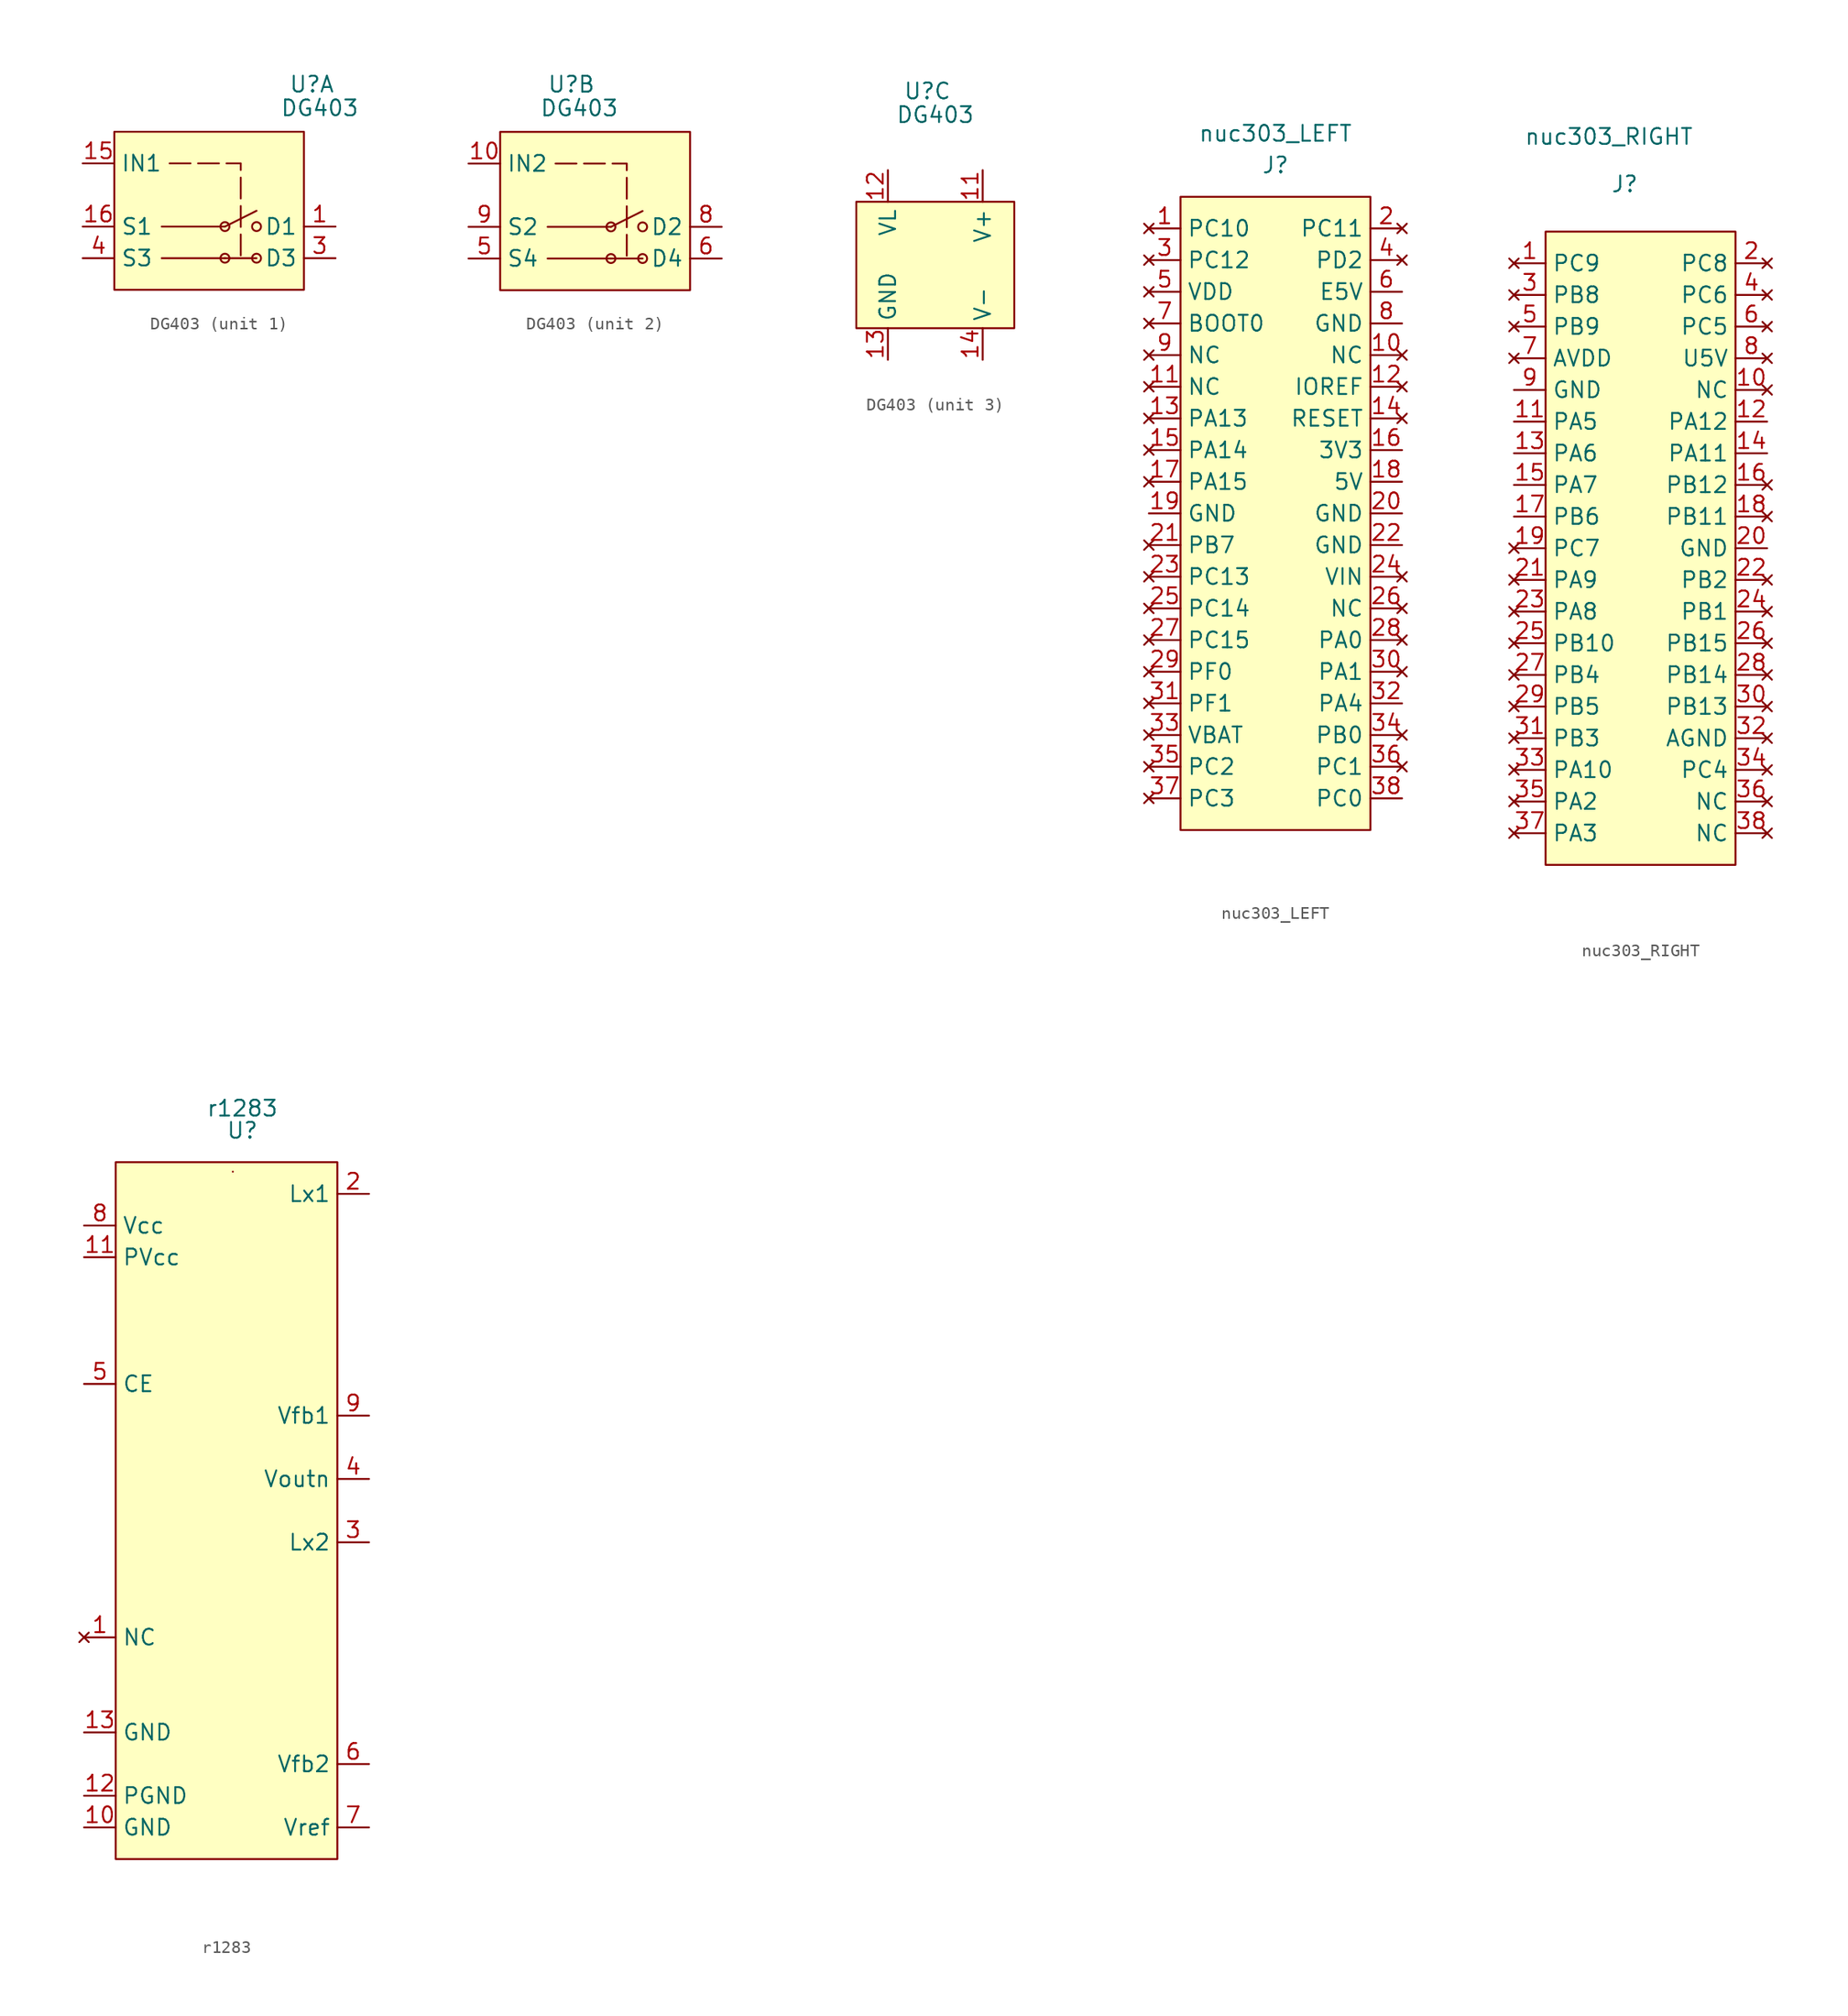
<source format=kicad_sym>
(kicad_symbol_lib
  (version 20220914)
  (generator kicad_symbol_editor)
  (symbol "DG403"
    (property "Reference" "U"
      (at -1.905 1.27 0)
      (effects (font (size 1.27 1.27))))
    (property "Value" "DG403"
      (at -1.27 -0.635 0)
      (effects (font (size 1.27 1.27))))
    (property "ki_locked" ""
      (at 0 0 0)
      (effects (font (size 1.27 1.27))))
    (symbol "DG403_1_1"
      (rectangle (start -17.78 -2.54) (end -2.54 -15.24) (stroke (width 0) (type default)) (fill (type background)))
      (circle (center -8.89 -12.7) (radius 0.359) (stroke (width 0) (type default)) (fill (type none)))
      (circle (center -8.89 -10.16) (radius 0.359) (stroke (width 0) (type default)) (fill (type none)))
      (circle (center -6.35 -12.7) (radius 0.359) (stroke (width 0) (type default)) (fill (type none)))
      (circle (center -6.35 -10.16) (radius 0.359) (stroke (width 0) (type default)) (fill (type none)))
      (polyline (pts (xy -13.97 -12.7) (xy -8.89 -12.7)) (stroke (width 0) (type default)) (fill (type none)))
      (polyline (pts (xy -13.97 -10.16) (xy -8.89 -10.16)) (stroke (width 0) (type default)) (fill (type none)))
      (polyline (pts (xy -8.89 -12.7) (xy -6.35 -12.7)) (stroke (width 0) (type default)) (fill (type none)))
      (polyline (pts (xy -8.89 -10.16) (xy -6.35 -8.89)) (stroke (width 0) (type default)) (fill (type none)))
      (polyline (pts (xy -13.335 -5.08) (xy -7.62 -5.08) (xy -7.62 -12.7)) (stroke (width 0) (type dash)) (fill (type none)))
      (pin input line (at 0 -10.16 180) (length 2.54) (name "D1" (effects (font (size 1.27 1.27)))) (number "1" (effects (font (size 1.27 1.27)))))
      (pin input line (at -20.32 -5.08 0) (length 2.54) (name "IN1" (effects (font (size 1.27 1.27)))) (number "15" (effects (font (size 1.27 1.27)))))
      (pin input line (at -20.32 -10.16 0) (length 2.54) (name "S1" (effects (font (size 1.27 1.27)))) (number "16" (effects (font (size 1.27 1.27)))))
      (pin input line (at 0 -12.7 180) (length 2.54) (name "D3" (effects (font (size 1.27 1.27)))) (number "3" (effects (font (size 1.27 1.27)))))
      (pin input line (at -20.32 -12.7 0) (length 2.54) (name "S3" (effects (font (size 1.27 1.27)))) (number "4" (effects (font (size 1.27 1.27))))))
    (symbol "DG403_2_1"
      (rectangle (start -7.62 -2.54) (end 7.62 -15.24) (stroke (width 0) (type default)) (fill (type background)))
      (polyline (pts (xy -3.81 -12.7) (xy 1.27 -12.7)) (stroke (width 0) (type default)) (fill (type none)))
      (polyline (pts (xy -3.81 -10.16) (xy 1.27 -10.16)) (stroke (width 0) (type default)) (fill (type none)))
      (polyline (pts (xy 1.27 -12.7) (xy 3.81 -12.7)) (stroke (width 0) (type default)) (fill (type none)))
      (polyline (pts (xy 1.27 -10.16) (xy 3.81 -8.89)) (stroke (width 0) (type default)) (fill (type none)))
      (polyline (pts (xy -3.175 -5.08) (xy 2.54 -5.08) (xy 2.54 -12.7)) (stroke (width 0) (type dash)) (fill (type none)))
      (circle (center 1.27 -12.7) (radius 0.359) (stroke (width 0) (type default)) (fill (type none)))
      (circle (center 1.27 -10.16) (radius 0.359) (stroke (width 0) (type default)) (fill (type none)))
      (circle (center 3.81 -12.7) (radius 0.359) (stroke (width 0) (type default)) (fill (type none)))
      (circle (center 3.81 -10.16) (radius 0.359) (stroke (width 0) (type default)) (fill (type none)))
      (pin input line (at -10.16 -5.08 0) (length 2.54) (name "IN2" (effects (font (size 1.27 1.27)))) (number "10" (effects (font (size 1.27 1.27)))))
      (pin input line (at -10.16 -12.7 0) (length 2.54) (name "S4" (effects (font (size 1.27 1.27)))) (number "5" (effects (font (size 1.27 1.27)))))
      (pin input line (at 10.16 -12.7 180) (length 2.54) (name "D4" (effects (font (size 1.27 1.27)))) (number "6" (effects (font (size 1.27 1.27)))))
      (pin input line (at 10.16 -10.16 180) (length 2.54) (name "D2" (effects (font (size 1.27 1.27)))) (number "8" (effects (font (size 1.27 1.27)))))
      (pin input line (at -10.16 -10.16 0) (length 2.54) (name "S2" (effects (font (size 1.27 1.27)))) (number "9" (effects (font (size 1.27 1.27))))))
    (symbol "DG403_3_0"
      (pin no_connect line (at 7.62 -12.7 180) (length 2.54) hide (name "NC" (effects (font (size 1.27 1.27)))) (number "2" (effects (font (size 1.27 1.27)))))
      (pin no_connect line (at -10.16 -12.7 0) (length 2.54) hide (name "NC" (effects (font (size 1.27 1.27)))) (number "7" (effects (font (size 1.27 1.27))))))
    (symbol "DG403_3_1"
      (rectangle (start -7.62 -7.62) (end 5.08 -17.78) (stroke (width 0) (type default)) (fill (type background)))
      (pin power_in line (at 2.54 -5.08 270) (length 2.54) (name "V+" (effects (font (size 1.27 1.27)))) (number "11" (effects (font (size 1.27 1.27)))))
      (pin power_in line (at -5.08 -5.08 270) (length 2.54) (name "VL" (effects (font (size 1.27 1.27)))) (number "12" (effects (font (size 1.27 1.27)))))
      (pin power_in line (at -5.08 -20.32 90) (length 2.54) (name "GND" (effects (font (size 1.27 1.27)))) (number "13" (effects (font (size 1.27 1.27)))))
      (pin power_in line (at 2.54 -20.32 90) (length 2.54) (name "V-" (effects (font (size 1.27 1.27)))) (number "14" (effects (font (size 1.27 1.27)))))))
  (symbol "nuc303_LEFT"
    (property "Reference" "J"
      (at 0 2.54 0)
      (effects (font (size 1.27 1.27))))
    (property "Value" "nuc303_LEFT"
      (at 0 5.08 0)
      (effects (font (size 1.27 1.27))))
    (property "ki_locked" ""
      (at 0 0 0)
      (effects (font (size 1.27 1.27))))
    (symbol "nuc303_LEFT_0_0"
      (pin no_connect line (at -10.16 -2.54 0) (length 2.54) (name "PC10" (effects (font (size 1.27 1.27)))) (number "1" (effects (font (size 1.27 1.27)))))
      (pin no_connect line (at 10.16 -12.7 180) (length 2.54) (name "NC" (effects (font (size 1.27 1.27)))) (number "10" (effects (font (size 1.27 1.27)))))
      (pin no_connect line (at -10.16 -15.24 0) (length 2.54) (name "NC" (effects (font (size 1.27 1.27)))) (number "11" (effects (font (size 1.27 1.27)))))
      (pin no_connect line (at 10.16 -15.24 180) (length 2.54) (name "IOREF" (effects (font (size 1.27 1.27)))) (number "12" (effects (font (size 1.27 1.27)))))
      (pin no_connect line (at -10.16 -17.78 0) (length 2.54) (name "PA13" (effects (font (size 1.27 1.27)))) (number "13" (effects (font (size 1.27 1.27)))))
      (pin no_connect line (at 10.16 -17.78 180) (length 2.54) (name "RESET" (effects (font (size 1.27 1.27)))) (number "14" (effects (font (size 1.27 1.27)))))
      (pin no_connect line (at -10.16 -20.32 0) (length 2.54) (name "PA14" (effects (font (size 1.27 1.27)))) (number "15" (effects (font (size 1.27 1.27)))))
      (pin power_out line (at 10.16 -20.32 180) (length 2.54) (name "3V3" (effects (font (size 1.27 1.27)))) (number "16" (effects (font (size 1.27 1.27)))))
      (pin no_connect line (at -10.16 -22.86 0) (length 2.54) (name "PA15" (effects (font (size 1.27 1.27)))) (number "17" (effects (font (size 1.27 1.27)))))
      (pin power_out line (at 10.16 -22.86 180) (length 2.54) (name "5V" (effects (font (size 1.27 1.27)))) (number "18" (effects (font (size 1.27 1.27)))))
      (pin power_in line (at -10.16 -25.4 0) (length 2.54) (name "GND" (effects (font (size 1.27 1.27)))) (number "19" (effects (font (size 1.27 1.27)))))
      (pin no_connect line (at 10.16 -2.54 180) (length 2.54) (name "PC11" (effects (font (size 1.27 1.27)))) (number "2" (effects (font (size 1.27 1.27)))))
      (pin power_in line (at 10.16 -25.4 180) (length 2.54) (name "GND" (effects (font (size 1.27 1.27)))) (number "20" (effects (font (size 1.27 1.27)))))
      (pin no_connect line (at -10.16 -27.94 0) (length 2.54) (name "PB7" (effects (font (size 1.27 1.27)))) (number "21" (effects (font (size 1.27 1.27)))))
      (pin power_in line (at 10.16 -27.94 180) (length 2.54) (name "GND" (effects (font (size 1.27 1.27)))) (number "22" (effects (font (size 1.27 1.27)))))
      (pin no_connect line (at -10.16 -30.48 0) (length 2.54) (name "PC13" (effects (font (size 1.27 1.27)))) (number "23" (effects (font (size 1.27 1.27)))))
      (pin no_connect line (at 10.16 -30.48 180) (length 2.54) (name "VIN" (effects (font (size 1.27 1.27)))) (number "24" (effects (font (size 1.27 1.27)))))
      (pin no_connect line (at -10.16 -33.02 0) (length 2.54) (name "PC14" (effects (font (size 1.27 1.27)))) (number "25" (effects (font (size 1.27 1.27)))))
      (pin no_connect line (at 10.16 -33.02 180) (length 2.54) (name "NC" (effects (font (size 1.27 1.27)))) (number "26" (effects (font (size 1.27 1.27)))))
      (pin no_connect line (at -10.16 -35.56 0) (length 2.54) (name "PC15" (effects (font (size 1.27 1.27)))) (number "27" (effects (font (size 1.27 1.27)))))
      (pin no_connect line (at 10.16 -35.56 180) (length 2.54) (name "PA0" (effects (font (size 1.27 1.27)))) (number "28" (effects (font (size 1.27 1.27)))))
      (pin no_connect line (at -10.16 -38.1 0) (length 2.54) (name "PF0" (effects (font (size 1.27 1.27)))) (number "29" (effects (font (size 1.27 1.27)))))
      (pin no_connect line (at -10.16 -5.08 0) (length 2.54) (name "PC12" (effects (font (size 1.27 1.27)))) (number "3" (effects (font (size 1.27 1.27)))))
      (pin no_connect line (at 10.16 -38.1 180) (length 2.54) (name "PA1" (effects (font (size 1.27 1.27)))) (number "30" (effects (font (size 1.27 1.27)))))
      (pin no_connect line (at -10.16 -40.64 0) (length 2.54) (name "PF1" (effects (font (size 1.27 1.27)))) (number "31" (effects (font (size 1.27 1.27)))))
      (pin output line (at 10.16 -40.64 180) (length 2.54) (name "PA4" (effects (font (size 1.27 1.27)))) (number "32" (effects (font (size 1.27 1.27)))))
      (pin no_connect line (at -10.16 -43.18 0) (length 2.54) (name "VBAT" (effects (font (size 1.27 1.27)))) (number "33" (effects (font (size 1.27 1.27)))))
      (pin no_connect line (at 10.16 -43.18 180) (length 2.54) (name "PB0" (effects (font (size 1.27 1.27)))) (number "34" (effects (font (size 1.27 1.27)))))
      (pin no_connect line (at -10.16 -45.72 0) (length 2.54) (name "PC2" (effects (font (size 1.27 1.27)))) (number "35" (effects (font (size 1.27 1.27)))))
      (pin no_connect line (at 10.16 -45.72 180) (length 2.54) (name "PC1" (effects (font (size 1.27 1.27)))) (number "36" (effects (font (size 1.27 1.27)))))
      (pin no_connect line (at -10.16 -48.26 0) (length 2.54) (name "PC3" (effects (font (size 1.27 1.27)))) (number "37" (effects (font (size 1.27 1.27)))))
      (pin no_connect line (at 10.16 -5.08 180) (length 2.54) (name "PD2" (effects (font (size 1.27 1.27)))) (number "4" (effects (font (size 1.27 1.27)))))
      (pin no_connect line (at -10.16 -7.62 0) (length 2.54) (name "VDD" (effects (font (size 1.27 1.27)))) (number "5" (effects (font (size 1.27 1.27)))))
      (pin power_in line (at 10.16 -7.62 180) (length 2.54) (name "E5V" (effects (font (size 1.27 1.27)))) (number "6" (effects (font (size 1.27 1.27)))))
      (pin no_connect line (at -10.16 -10.16 0) (length 2.54) (name "BOOT0" (effects (font (size 1.27 1.27)))) (number "7" (effects (font (size 1.27 1.27)))))
      (pin power_in line (at 10.16 -10.16 180) (length 2.54) (name "GND" (effects (font (size 1.27 1.27)))) (number "8" (effects (font (size 1.27 1.27)))))
      (pin no_connect line (at -10.16 -12.7 0) (length 2.54) (name "NC" (effects (font (size 1.27 1.27)))) (number "9" (effects (font (size 1.27 1.27))))))
    (symbol "nuc303_LEFT_1_0"
      (pin output line (at 10.16 -48.26 180) (length 2.54) (name "PC0" (effects (font (size 1.27 1.27)))) (number "38" (effects (font (size 1.27 1.27))))))
    (symbol "nuc303_LEFT_1_1"
      (rectangle (start -7.62 0) (end 7.62 -50.8) (stroke (width 0) (type default)) (fill (type background)))))
  (symbol "nuc303_RIGHT"
    (property "Reference" "J"
      (at 1.27 3.81 0)
      (effects (font (size 1.27 1.27))))
    (property "Value" "nuc303_RIGHT"
      (at 0 7.62 0)
      (effects (font (size 1.27 1.27))))
    (property "ki_locked" ""
      (at 0 0 0)
      (effects (font (size 1.27 1.27))))
    (symbol "nuc303_RIGHT_0_0"
      (pin no_connect line (at -7.62 -2.54 0) (length 2.54) (name "PC9" (effects (font (size 1.27 1.27)))) (number "1" (effects (font (size 1.27 1.27)))))
      (pin no_connect line (at 12.7 -12.7 180) (length 2.54) (name "NC" (effects (font (size 1.27 1.27)))) (number "10" (effects (font (size 1.27 1.27)))))
      (pin no_connect line (at 12.7 -20.32 180) (length 2.54) (name "PB12" (effects (font (size 1.27 1.27)))) (number "16" (effects (font (size 1.27 1.27)))))
      (pin no_connect line (at 12.7 -22.86 180) (length 2.54) (name "PB11" (effects (font (size 1.27 1.27)))) (number "18" (effects (font (size 1.27 1.27)))))
      (pin no_connect line (at -7.62 -25.4 0) (length 2.54) (name "PC7" (effects (font (size 1.27 1.27)))) (number "19" (effects (font (size 1.27 1.27)))))
      (pin no_connect line (at 12.7 -2.54 180) (length 2.54) (name "PC8" (effects (font (size 1.27 1.27)))) (number "2" (effects (font (size 1.27 1.27)))))
      (pin power_in line (at 12.7 -25.4 180) (length 2.54) (name "GND" (effects (font (size 1.27 1.27)))) (number "20" (effects (font (size 1.27 1.27)))))
      (pin no_connect line (at -7.62 -27.94 0) (length 2.54) (name "PA9" (effects (font (size 1.27 1.27)))) (number "21" (effects (font (size 1.27 1.27)))))
      (pin no_connect line (at 12.7 -27.94 180) (length 2.54) (name "PB2" (effects (font (size 1.27 1.27)))) (number "22" (effects (font (size 1.27 1.27)))))
      (pin no_connect line (at -7.62 -30.48 0) (length 2.54) (name "PA8" (effects (font (size 1.27 1.27)))) (number "23" (effects (font (size 1.27 1.27)))))
      (pin no_connect line (at 12.7 -30.48 180) (length 2.54) (name "PB1" (effects (font (size 1.27 1.27)))) (number "24" (effects (font (size 1.27 1.27)))))
      (pin no_connect line (at -7.62 -33.02 0) (length 2.54) (name "PB10" (effects (font (size 1.27 1.27)))) (number "25" (effects (font (size 1.27 1.27)))))
      (pin no_connect line (at 12.7 -33.02 180) (length 2.54) (name "PB15" (effects (font (size 1.27 1.27)))) (number "26" (effects (font (size 1.27 1.27)))))
      (pin no_connect line (at -7.62 -35.56 0) (length 2.54) (name "PB4" (effects (font (size 1.27 1.27)))) (number "27" (effects (font (size 1.27 1.27)))))
      (pin no_connect line (at 12.7 -35.56 180) (length 2.54) (name "PB14" (effects (font (size 1.27 1.27)))) (number "28" (effects (font (size 1.27 1.27)))))
      (pin no_connect line (at -7.62 -38.1 0) (length 2.54) (name "PB5" (effects (font (size 1.27 1.27)))) (number "29" (effects (font (size 1.27 1.27)))))
      (pin no_connect line (at -7.62 -5.08 0) (length 2.54) (name "PB8" (effects (font (size 1.27 1.27)))) (number "3" (effects (font (size 1.27 1.27)))))
      (pin no_connect line (at 12.7 -38.1 180) (length 2.54) (name "PB13" (effects (font (size 1.27 1.27)))) (number "30" (effects (font (size 1.27 1.27)))))
      (pin no_connect line (at -7.62 -40.64 0) (length 2.54) (name "PB3" (effects (font (size 1.27 1.27)))) (number "31" (effects (font (size 1.27 1.27)))))
      (pin no_connect line (at 12.7 -40.64 180) (length 2.54) (name "AGND" (effects (font (size 1.27 1.27)))) (number "32" (effects (font (size 1.27 1.27)))))
      (pin no_connect line (at -7.62 -43.18 0) (length 2.54) (name "PA10" (effects (font (size 1.27 1.27)))) (number "33" (effects (font (size 1.27 1.27)))))
      (pin no_connect line (at 12.7 -43.18 180) (length 2.54) (name "PC4" (effects (font (size 1.27 1.27)))) (number "34" (effects (font (size 1.27 1.27)))))
      (pin no_connect line (at -7.62 -45.72 0) (length 2.54) (name "PA2" (effects (font (size 1.27 1.27)))) (number "35" (effects (font (size 1.27 1.27)))))
      (pin no_connect line (at 12.7 -45.72 180) (length 2.54) (name "NC" (effects (font (size 1.27 1.27)))) (number "36" (effects (font (size 1.27 1.27)))))
      (pin no_connect line (at -7.62 -48.26 0) (length 2.54) (name "PA3" (effects (font (size 1.27 1.27)))) (number "37" (effects (font (size 1.27 1.27)))))
      (pin no_connect line (at 12.7 -48.26 180) (length 2.54) (name "NC" (effects (font (size 1.27 1.27)))) (number "38" (effects (font (size 1.27 1.27)))))
      (pin no_connect line (at 12.7 -5.08 180) (length 2.54) (name "PC6" (effects (font (size 1.27 1.27)))) (number "4" (effects (font (size 1.27 1.27)))))
      (pin no_connect line (at -7.62 -7.62 0) (length 2.54) (name "PB9" (effects (font (size 1.27 1.27)))) (number "5" (effects (font (size 1.27 1.27)))))
      (pin no_connect line (at 12.7 -7.62 180) (length 2.54) (name "PC5" (effects (font (size 1.27 1.27)))) (number "6" (effects (font (size 1.27 1.27)))))
      (pin no_connect line (at -7.62 -10.16 0) (length 2.54) (name "AVDD" (effects (font (size 1.27 1.27)))) (number "7" (effects (font (size 1.27 1.27)))))
      (pin no_connect line (at 12.7 -10.16 180) (length 2.54) (name "U5V" (effects (font (size 1.27 1.27)))) (number "8" (effects (font (size 1.27 1.27)))))
      (pin power_in line (at -7.62 -12.7 0) (length 2.54) (name "GND" (effects (font (size 1.27 1.27)))) (number "9" (effects (font (size 1.27 1.27))))))
    (symbol "nuc303_RIGHT_1_0"
      (pin output line (at -7.62 -15.24 0) (length 2.54) (name "PA5" (effects (font (size 1.27 1.27)))) (number "11" (effects (font (size 1.27 1.27)))))
      (pin input line (at 12.7 -15.24 180) (length 2.54) (name "PA12" (effects (font (size 1.27 1.27)))) (number "12" (effects (font (size 1.27 1.27)))))
      (pin output line (at -7.62 -17.78 0) (length 2.54) (name "PA6" (effects (font (size 1.27 1.27)))) (number "13" (effects (font (size 1.27 1.27)))))
      (pin input line (at 12.7 -17.78 180) (length 2.54) (name "PA11" (effects (font (size 1.27 1.27)))) (number "14" (effects (font (size 1.27 1.27)))))
      (pin output line (at -7.62 -20.32 0) (length 2.54) (name "PA7" (effects (font (size 1.27 1.27)))) (number "15" (effects (font (size 1.27 1.27)))))
      (pin output line (at -7.62 -22.86 0) (length 2.54) (name "PB6" (effects (font (size 1.27 1.27)))) (number "17" (effects (font (size 1.27 1.27))))))
    (symbol "nuc303_RIGHT_1_1"
      (rectangle (start -5.08 0) (end 10.16 -50.8) (stroke (width 0) (type default)) (fill (type background)))))
  (symbol "r1283"
    (property "Reference" "U"
      (at -5.08 -2.54 0)
      (effects (font (size 1.27 1.27))))
    (property "Value" "r1283"
      (at -5.08 -0.762 0)
      (effects (font (size 1.27 1.27))))
    (symbol "r1283_0_1"
      (rectangle (start -15.24 -5.08) (end 2.54 -60.96) (stroke (width 0) (type default)) (fill (type background)))
      (rectangle (start -5.842 -5.842) (end -5.842 -5.842) (stroke (width 0) (type default)) (fill (type none))))
    (symbol "r1283_1_1"
      (pin no_connect line (at -17.78 -43.18 0) (length 2.54) (name "NC" (effects (font (size 1.27 1.27)))) (number "1" (effects (font (size 1.27 1.27)))))
      (pin power_in line (at -17.78 -58.42 0) (length 2.54) (name "GND" (effects (font (size 1.27 1.27)))) (number "10" (effects (font (size 1.27 1.27)))))
      (pin power_in line (at -17.78 -12.7 0) (length 2.54) (name "PVcc" (effects (font (size 1.27 1.27)))) (number "11" (effects (font (size 1.27 1.27)))))
      (pin power_in line (at -17.78 -55.88 0) (length 2.54) (name "PGND" (effects (font (size 1.27 1.27)))) (number "12" (effects (font (size 1.27 1.27)))))
      (pin input line (at -17.78 -50.8 0) (length 2.54) (name "GND" (effects (font (size 1.27 1.27)))) (number "13" (effects (font (size 1.27 1.27)))))
      (pin input line (at 5.08 -7.62 180) (length 2.54) (name "Lx1" (effects (font (size 1.27 1.27)))) (number "2" (effects (font (size 1.27 1.27)))))
      (pin input line (at 5.08 -35.56 180) (length 2.54) (name "Lx2" (effects (font (size 1.27 1.27)))) (number "3" (effects (font (size 1.27 1.27)))))
      (pin input line (at 5.08 -30.48 180) (length 2.54) (name "Voutn" (effects (font (size 1.27 1.27)))) (number "4" (effects (font (size 1.27 1.27)))))
      (pin input line (at -17.78 -22.86 0) (length 2.54) (name "CE" (effects (font (size 1.27 1.27)))) (number "5" (effects (font (size 1.27 1.27)))))
      (pin input line (at 5.08 -53.34 180) (length 2.54) (name "Vfb2" (effects (font (size 1.27 1.27)))) (number "6" (effects (font (size 1.27 1.27)))))
      (pin input line (at 5.08 -58.42 180) (length 2.54) (name "Vref" (effects (font (size 1.27 1.27)))) (number "7" (effects (font (size 1.27 1.27)))))
      (pin power_in line (at -17.78 -10.16 0) (length 2.54) (name "Vcc" (effects (font (size 1.27 1.27)))) (number "8" (effects (font (size 1.27 1.27)))))
      (pin input line (at 5.08 -25.4 180) (length 2.54) (name "Vfb1" (effects (font (size 1.27 1.27)))) (number "9" (effects (font (size 1.27 1.27))))))))
</source>
